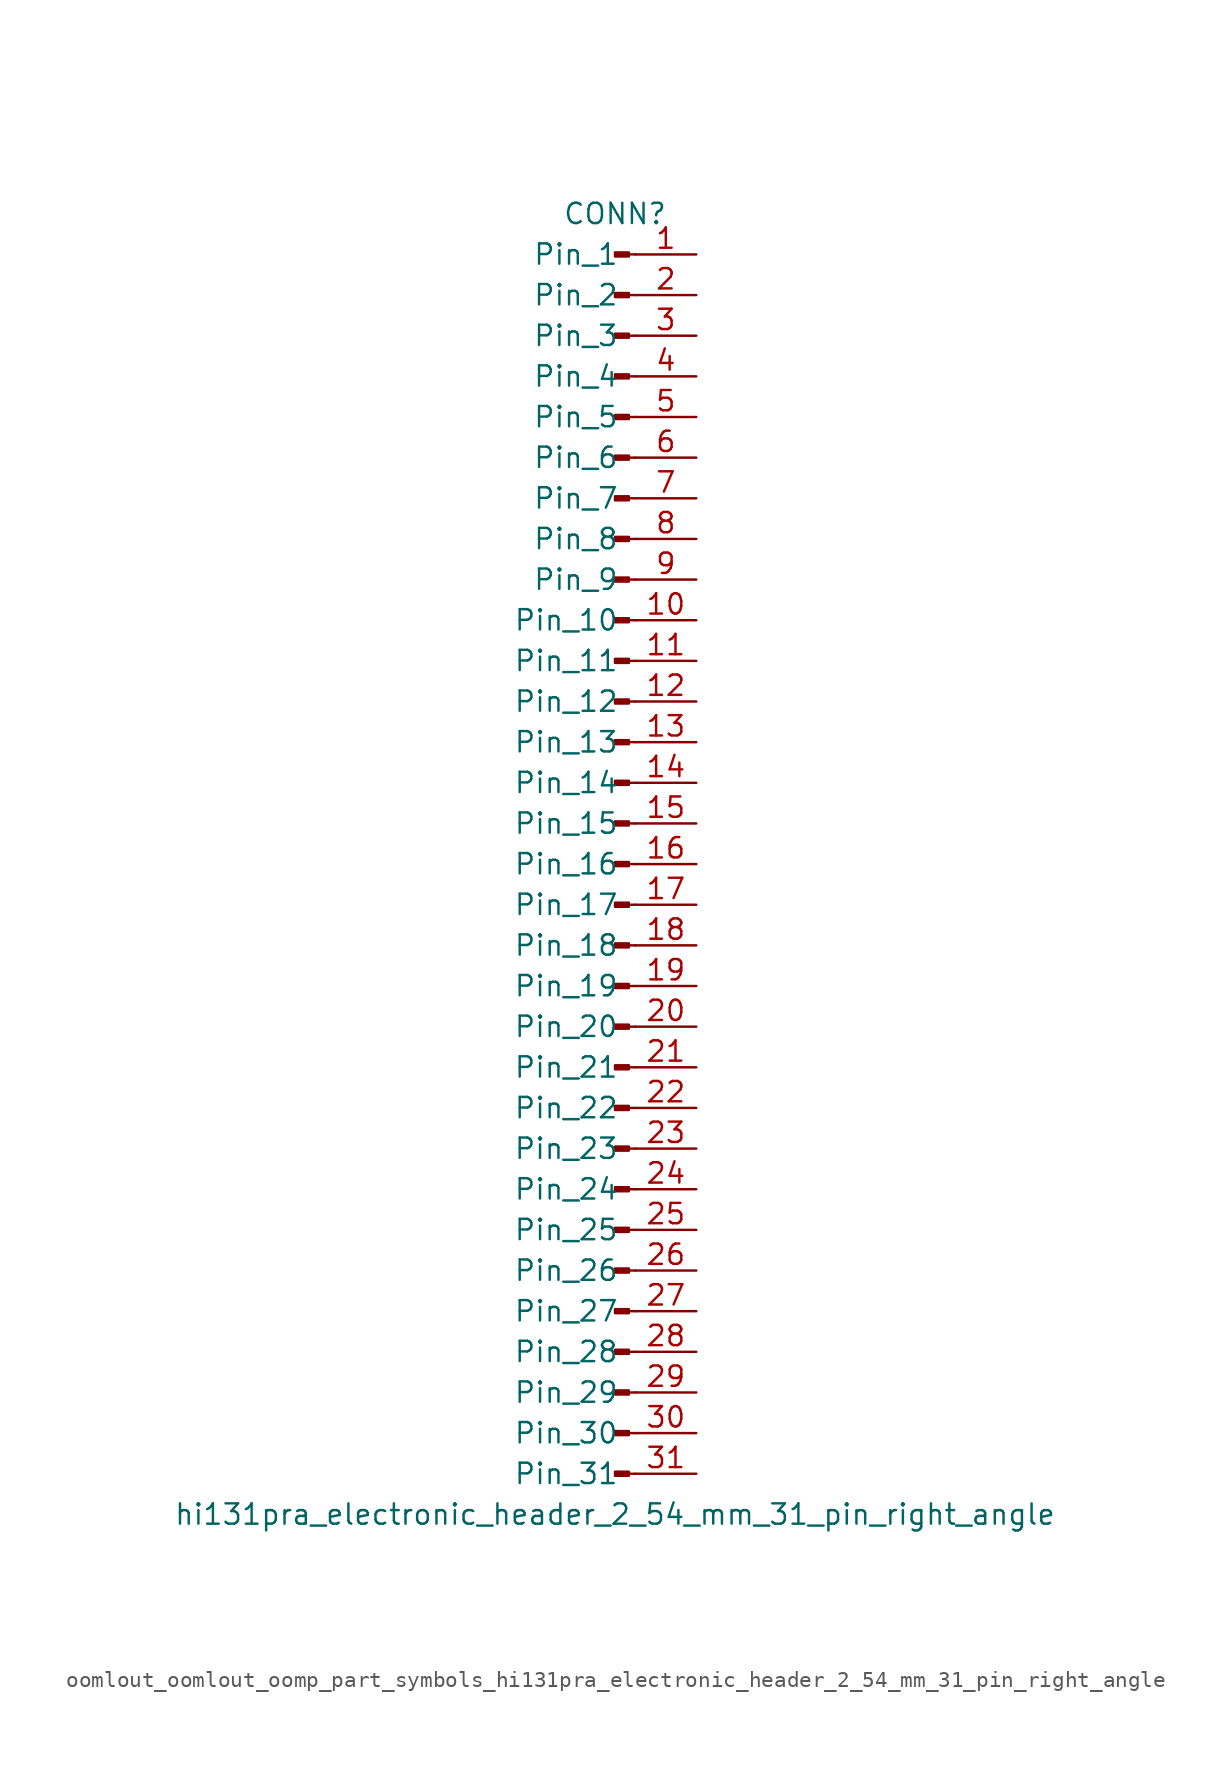
<source format=kicad_sym>
(kicad_symbol_lib
  (version 20220914)
  (generator kicad_symbol_editor)
  (symbol "oomlout_oomlout_oomp_part_symbols_hi131pra_electronic_header_2_54_mm_31_pin_right_angle"
    (pin_names
      (offset 1.016))
    (property "Reference" "CONN"
      (at 0 40.64 0)
      (effects (font (size 1.27 1.27))))
    (property "Value" "hi131pra_electronic_header_2_54_mm_31_pin_right_angle"
      (at 0 -40.64 0)
      (effects (font (size 1.27 1.27))))
    (property "ki_locked" ""
      (at 0 0 0)
      (effects (font (size 1.27 1.27))))
    (symbol "oomlout_oomlout_oomp_part_symbols_hi131pra_electronic_header_2_54_mm_31_pin_right_angle_1_1"
      (polyline (pts (xy 1.27 -38.1) (xy 0.864 -38.1)) (stroke (width 0.152) (type default)) (fill (type none)))
      (polyline (pts (xy 1.27 -35.56) (xy 0.864 -35.56)) (stroke (width 0.152) (type default)) (fill (type none)))
      (polyline (pts (xy 1.27 -33.02) (xy 0.864 -33.02)) (stroke (width 0.152) (type default)) (fill (type none)))
      (polyline (pts (xy 1.27 -30.48) (xy 0.864 -30.48)) (stroke (width 0.152) (type default)) (fill (type none)))
      (polyline (pts (xy 1.27 -27.94) (xy 0.864 -27.94)) (stroke (width 0.152) (type default)) (fill (type none)))
      (polyline (pts (xy 1.27 -25.4) (xy 0.864 -25.4)) (stroke (width 0.152) (type default)) (fill (type none)))
      (polyline (pts (xy 1.27 -22.86) (xy 0.864 -22.86)) (stroke (width 0.152) (type default)) (fill (type none)))
      (polyline (pts (xy 1.27 -20.32) (xy 0.864 -20.32)) (stroke (width 0.152) (type default)) (fill (type none)))
      (polyline (pts (xy 1.27 -17.78) (xy 0.864 -17.78)) (stroke (width 0.152) (type default)) (fill (type none)))
      (polyline (pts (xy 1.27 -15.24) (xy 0.864 -15.24)) (stroke (width 0.152) (type default)) (fill (type none)))
      (polyline (pts (xy 1.27 -12.7) (xy 0.864 -12.7)) (stroke (width 0.152) (type default)) (fill (type none)))
      (polyline (pts (xy 1.27 -10.16) (xy 0.864 -10.16)) (stroke (width 0.152) (type default)) (fill (type none)))
      (polyline (pts (xy 1.27 -7.62) (xy 0.864 -7.62)) (stroke (width 0.152) (type default)) (fill (type none)))
      (polyline (pts (xy 1.27 -5.08) (xy 0.864 -5.08)) (stroke (width 0.152) (type default)) (fill (type none)))
      (polyline (pts (xy 1.27 -2.54) (xy 0.864 -2.54)) (stroke (width 0.152) (type default)) (fill (type none)))
      (polyline (pts (xy 1.27 0) (xy 0.864 0)) (stroke (width 0.152) (type default)) (fill (type none)))
      (polyline (pts (xy 1.27 2.54) (xy 0.864 2.54)) (stroke (width 0.152) (type default)) (fill (type none)))
      (polyline (pts (xy 1.27 5.08) (xy 0.864 5.08)) (stroke (width 0.152) (type default)) (fill (type none)))
      (polyline (pts (xy 1.27 7.62) (xy 0.864 7.62)) (stroke (width 0.152) (type default)) (fill (type none)))
      (polyline (pts (xy 1.27 10.16) (xy 0.864 10.16)) (stroke (width 0.152) (type default)) (fill (type none)))
      (polyline (pts (xy 1.27 12.7) (xy 0.864 12.7)) (stroke (width 0.152) (type default)) (fill (type none)))
      (polyline (pts (xy 1.27 15.24) (xy 0.864 15.24)) (stroke (width 0.152) (type default)) (fill (type none)))
      (polyline (pts (xy 1.27 17.78) (xy 0.864 17.78)) (stroke (width 0.152) (type default)) (fill (type none)))
      (polyline (pts (xy 1.27 20.32) (xy 0.864 20.32)) (stroke (width 0.152) (type default)) (fill (type none)))
      (polyline (pts (xy 1.27 22.86) (xy 0.864 22.86)) (stroke (width 0.152) (type default)) (fill (type none)))
      (polyline (pts (xy 1.27 25.4) (xy 0.864 25.4)) (stroke (width 0.152) (type default)) (fill (type none)))
      (polyline (pts (xy 1.27 27.94) (xy 0.864 27.94)) (stroke (width 0.152) (type default)) (fill (type none)))
      (polyline (pts (xy 1.27 30.48) (xy 0.864 30.48)) (stroke (width 0.152) (type default)) (fill (type none)))
      (polyline (pts (xy 1.27 33.02) (xy 0.864 33.02)) (stroke (width 0.152) (type default)) (fill (type none)))
      (polyline (pts (xy 1.27 35.56) (xy 0.864 35.56)) (stroke (width 0.152) (type default)) (fill (type none)))
      (polyline (pts (xy 1.27 38.1) (xy 0.864 38.1)) (stroke (width 0.152) (type default)) (fill (type none)))
      (rectangle (start 0.864 -37.973) (end 0 -38.227) (stroke (width 0.152) (type default)) (fill (type outline)))
      (rectangle (start 0.864 -35.433) (end 0 -35.687) (stroke (width 0.152) (type default)) (fill (type outline)))
      (rectangle (start 0.864 -32.893) (end 0 -33.147) (stroke (width 0.152) (type default)) (fill (type outline)))
      (rectangle (start 0.864 -30.353) (end 0 -30.607) (stroke (width 0.152) (type default)) (fill (type outline)))
      (rectangle (start 0.864 -27.813) (end 0 -28.067) (stroke (width 0.152) (type default)) (fill (type outline)))
      (rectangle (start 0.864 -25.273) (end 0 -25.527) (stroke (width 0.152) (type default)) (fill (type outline)))
      (rectangle (start 0.864 -22.733) (end 0 -22.987) (stroke (width 0.152) (type default)) (fill (type outline)))
      (rectangle (start 0.864 -20.193) (end 0 -20.447) (stroke (width 0.152) (type default)) (fill (type outline)))
      (rectangle (start 0.864 -17.653) (end 0 -17.907) (stroke (width 0.152) (type default)) (fill (type outline)))
      (rectangle (start 0.864 -15.113) (end 0 -15.367) (stroke (width 0.152) (type default)) (fill (type outline)))
      (rectangle (start 0.864 -12.573) (end 0 -12.827) (stroke (width 0.152) (type default)) (fill (type outline)))
      (rectangle (start 0.864 -10.033) (end 0 -10.287) (stroke (width 0.152) (type default)) (fill (type outline)))
      (rectangle (start 0.864 -7.493) (end 0 -7.747) (stroke (width 0.152) (type default)) (fill (type outline)))
      (rectangle (start 0.864 -4.953) (end 0 -5.207) (stroke (width 0.152) (type default)) (fill (type outline)))
      (rectangle (start 0.864 -2.413) (end 0 -2.667) (stroke (width 0.152) (type default)) (fill (type outline)))
      (rectangle (start 0.864 0.127) (end 0 -0.127) (stroke (width 0.152) (type default)) (fill (type outline)))
      (rectangle (start 0.864 2.667) (end 0 2.413) (stroke (width 0.152) (type default)) (fill (type outline)))
      (rectangle (start 0.864 5.207) (end 0 4.953) (stroke (width 0.152) (type default)) (fill (type outline)))
      (rectangle (start 0.864 7.747) (end 0 7.493) (stroke (width 0.152) (type default)) (fill (type outline)))
      (rectangle (start 0.864 10.287) (end 0 10.033) (stroke (width 0.152) (type default)) (fill (type outline)))
      (rectangle (start 0.864 12.827) (end 0 12.573) (stroke (width 0.152) (type default)) (fill (type outline)))
      (rectangle (start 0.864 15.367) (end 0 15.113) (stroke (width 0.152) (type default)) (fill (type outline)))
      (rectangle (start 0.864 17.907) (end 0 17.653) (stroke (width 0.152) (type default)) (fill (type outline)))
      (rectangle (start 0.864 20.447) (end 0 20.193) (stroke (width 0.152) (type default)) (fill (type outline)))
      (rectangle (start 0.864 22.987) (end 0 22.733) (stroke (width 0.152) (type default)) (fill (type outline)))
      (rectangle (start 0.864 25.527) (end 0 25.273) (stroke (width 0.152) (type default)) (fill (type outline)))
      (rectangle (start 0.864 28.067) (end 0 27.813) (stroke (width 0.152) (type default)) (fill (type outline)))
      (rectangle (start 0.864 30.607) (end 0 30.353) (stroke (width 0.152) (type default)) (fill (type outline)))
      (rectangle (start 0.864 33.147) (end 0 32.893) (stroke (width 0.152) (type default)) (fill (type outline)))
      (rectangle (start 0.864 35.687) (end 0 35.433) (stroke (width 0.152) (type default)) (fill (type outline)))
      (rectangle (start 0.864 38.227) (end 0 37.973) (stroke (width 0.152) (type default)) (fill (type outline)))
      (pin passive line (at 5.08 38.1 180) (length 3.81) (name "Pin_1" (effects (font (size 1.27 1.27)))) (number "1" (effects (font (size 1.27 1.27)))))
      (pin passive line (at 5.08 15.24 180) (length 3.81) (name "Pin_10" (effects (font (size 1.27 1.27)))) (number "10" (effects (font (size 1.27 1.27)))))
      (pin passive line (at 5.08 12.7 180) (length 3.81) (name "Pin_11" (effects (font (size 1.27 1.27)))) (number "11" (effects (font (size 1.27 1.27)))))
      (pin passive line (at 5.08 10.16 180) (length 3.81) (name "Pin_12" (effects (font (size 1.27 1.27)))) (number "12" (effects (font (size 1.27 1.27)))))
      (pin passive line (at 5.08 7.62 180) (length 3.81) (name "Pin_13" (effects (font (size 1.27 1.27)))) (number "13" (effects (font (size 1.27 1.27)))))
      (pin passive line (at 5.08 5.08 180) (length 3.81) (name "Pin_14" (effects (font (size 1.27 1.27)))) (number "14" (effects (font (size 1.27 1.27)))))
      (pin passive line (at 5.08 2.54 180) (length 3.81) (name "Pin_15" (effects (font (size 1.27 1.27)))) (number "15" (effects (font (size 1.27 1.27)))))
      (pin passive line (at 5.08 0 180) (length 3.81) (name "Pin_16" (effects (font (size 1.27 1.27)))) (number "16" (effects (font (size 1.27 1.27)))))
      (pin passive line (at 5.08 -2.54 180) (length 3.81) (name "Pin_17" (effects (font (size 1.27 1.27)))) (number "17" (effects (font (size 1.27 1.27)))))
      (pin passive line (at 5.08 -5.08 180) (length 3.81) (name "Pin_18" (effects (font (size 1.27 1.27)))) (number "18" (effects (font (size 1.27 1.27)))))
      (pin passive line (at 5.08 -7.62 180) (length 3.81) (name "Pin_19" (effects (font (size 1.27 1.27)))) (number "19" (effects (font (size 1.27 1.27)))))
      (pin passive line (at 5.08 35.56 180) (length 3.81) (name "Pin_2" (effects (font (size 1.27 1.27)))) (number "2" (effects (font (size 1.27 1.27)))))
      (pin passive line (at 5.08 -10.16 180) (length 3.81) (name "Pin_20" (effects (font (size 1.27 1.27)))) (number "20" (effects (font (size 1.27 1.27)))))
      (pin passive line (at 5.08 -12.7 180) (length 3.81) (name "Pin_21" (effects (font (size 1.27 1.27)))) (number "21" (effects (font (size 1.27 1.27)))))
      (pin passive line (at 5.08 -15.24 180) (length 3.81) (name "Pin_22" (effects (font (size 1.27 1.27)))) (number "22" (effects (font (size 1.27 1.27)))))
      (pin passive line (at 5.08 -17.78 180) (length 3.81) (name "Pin_23" (effects (font (size 1.27 1.27)))) (number "23" (effects (font (size 1.27 1.27)))))
      (pin passive line (at 5.08 -20.32 180) (length 3.81) (name "Pin_24" (effects (font (size 1.27 1.27)))) (number "24" (effects (font (size 1.27 1.27)))))
      (pin passive line (at 5.08 -22.86 180) (length 3.81) (name "Pin_25" (effects (font (size 1.27 1.27)))) (number "25" (effects (font (size 1.27 1.27)))))
      (pin passive line (at 5.08 -25.4 180) (length 3.81) (name "Pin_26" (effects (font (size 1.27 1.27)))) (number "26" (effects (font (size 1.27 1.27)))))
      (pin passive line (at 5.08 -27.94 180) (length 3.81) (name "Pin_27" (effects (font (size 1.27 1.27)))) (number "27" (effects (font (size 1.27 1.27)))))
      (pin passive line (at 5.08 -30.48 180) (length 3.81) (name "Pin_28" (effects (font (size 1.27 1.27)))) (number "28" (effects (font (size 1.27 1.27)))))
      (pin passive line (at 5.08 -33.02 180) (length 3.81) (name "Pin_29" (effects (font (size 1.27 1.27)))) (number "29" (effects (font (size 1.27 1.27)))))
      (pin passive line (at 5.08 33.02 180) (length 3.81) (name "Pin_3" (effects (font (size 1.27 1.27)))) (number "3" (effects (font (size 1.27 1.27)))))
      (pin passive line (at 5.08 -35.56 180) (length 3.81) (name "Pin_30" (effects (font (size 1.27 1.27)))) (number "30" (effects (font (size 1.27 1.27)))))
      (pin passive line (at 5.08 -38.1 180) (length 3.81) (name "Pin_31" (effects (font (size 1.27 1.27)))) (number "31" (effects (font (size 1.27 1.27)))))
      (pin passive line (at 5.08 30.48 180) (length 3.81) (name "Pin_4" (effects (font (size 1.27 1.27)))) (number "4" (effects (font (size 1.27 1.27)))))
      (pin passive line (at 5.08 27.94 180) (length 3.81) (name "Pin_5" (effects (font (size 1.27 1.27)))) (number "5" (effects (font (size 1.27 1.27)))))
      (pin passive line (at 5.08 25.4 180) (length 3.81) (name "Pin_6" (effects (font (size 1.27 1.27)))) (number "6" (effects (font (size 1.27 1.27)))))
      (pin passive line (at 5.08 22.86 180) (length 3.81) (name "Pin_7" (effects (font (size 1.27 1.27)))) (number "7" (effects (font (size 1.27 1.27)))))
      (pin passive line (at 5.08 20.32 180) (length 3.81) (name "Pin_8" (effects (font (size 1.27 1.27)))) (number "8" (effects (font (size 1.27 1.27)))))
      (pin passive line (at 5.08 17.78 180) (length 3.81) (name "Pin_9" (effects (font (size 1.27 1.27)))) (number "9" (effects (font (size 1.27 1.27))))))))
</source>
